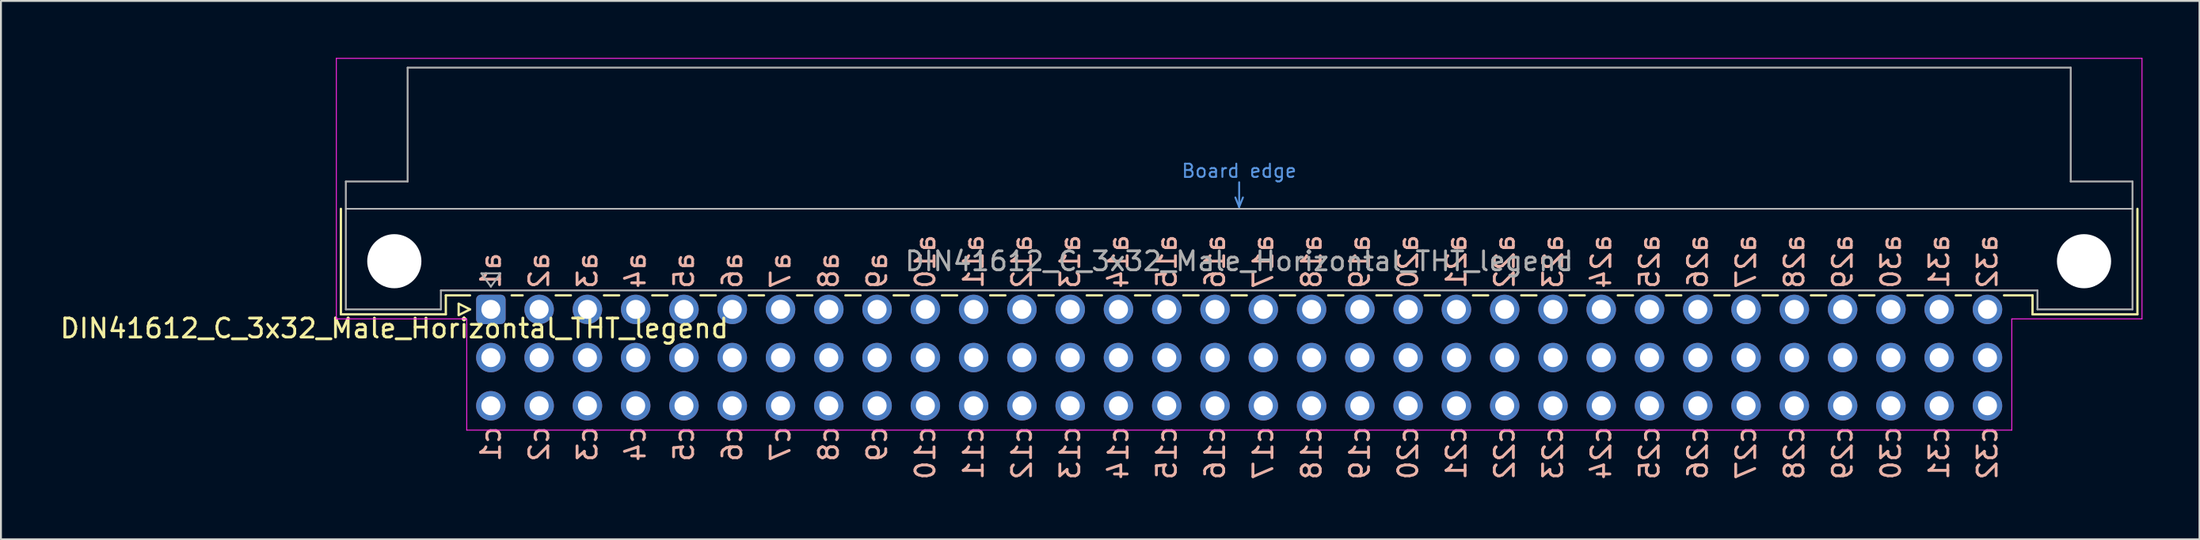
<source format=kicad_pcb>
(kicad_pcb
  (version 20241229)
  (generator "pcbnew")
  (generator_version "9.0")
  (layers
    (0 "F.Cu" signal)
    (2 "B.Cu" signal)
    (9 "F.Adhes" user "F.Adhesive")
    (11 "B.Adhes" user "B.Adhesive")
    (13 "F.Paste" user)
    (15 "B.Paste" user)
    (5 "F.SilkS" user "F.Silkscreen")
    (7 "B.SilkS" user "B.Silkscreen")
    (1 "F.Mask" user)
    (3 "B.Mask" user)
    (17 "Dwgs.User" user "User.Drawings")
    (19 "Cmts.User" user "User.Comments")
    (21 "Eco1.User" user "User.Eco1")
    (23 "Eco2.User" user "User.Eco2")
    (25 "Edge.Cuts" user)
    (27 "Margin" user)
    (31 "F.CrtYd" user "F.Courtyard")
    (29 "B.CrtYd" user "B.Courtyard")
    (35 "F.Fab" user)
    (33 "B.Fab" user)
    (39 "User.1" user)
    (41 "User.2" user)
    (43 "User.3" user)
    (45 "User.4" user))
  (footprint "DIN41612_C_3x32_Male_Horizontal_THT_legend"
    (layer "F.Cu")
    (at 22.776 13.255)
    (property "Reference" "DIN41612_C_3x32_Male_Horizontal_THT_legend" (at -5.08 1 0) (layer "F.SilkS") (effects (font (size 1 1) (thickness 0.15))))
    (property "a1" "a1" (at 0 -1.016 90) (layer "B.SilkS") (effects (font (size 1 1) (thickness 0.152)) (justify right mirror)))
    (property "a2" "a2" (at 2.54 -1.016 90) (layer "B.SilkS") (effects (font (size 1 1) (thickness 0.152)) (justify right mirror)))
    (property "a4" "a4" (at 7.62 -1.016 90) (layer "B.SilkS") (effects (font (size 1 1) (thickness 0.152)) (justify right mirror)))
    (property "a5" "a5" (at 10.16 -1.016 90) (layer "B.SilkS") (effects (font (size 1 1) (thickness 0.152)) (justify right mirror)))
    (property "a6" "a6" (at 12.7 -1.016 90) (layer "B.SilkS") (effects (font (size 1 1) (thickness 0.152)) (justify right mirror)))
    (property "a7" "a7" (at 15.24 -1.016 90) (layer "B.SilkS") (effects (font (size 1 1) (thickness 0.152)) (justify right mirror)))
    (property "a8" "a8" (at 17.78 -1.016 90) (layer "B.SilkS") (effects (font (size 1 1) (thickness 0.152)) (justify right mirror)))
    (property "a9" "a9" (at 20.32 -1.016 90) (layer "B.SilkS") (effects (font (size 1 1) (thickness 0.152)) (justify right mirror)))
    (property "a10" "a10" (at 22.86 -1.016 90) (layer "B.SilkS") (effects (font (size 1 1) (thickness 0.152)) (justify right mirror)))
    (property "a3" "a3" (at 5.08 -1.016 90) (layer "B.SilkS") (effects (font (size 1 1) (thickness 0.152)) (justify right mirror)))
    (property "a11" "a11" (at 25.4 -1.016 90) (layer "B.SilkS") (effects (font (size 1 1) (thickness 0.152)) (justify right mirror)))
    (property "a12" "a12" (at 27.94 -1.016 90) (layer "B.SilkS") (effects (font (size 1 1) (thickness 0.152)) (justify right mirror)))
    (property "a13" "a13" (at 30.48 -1.016 90) (layer "B.SilkS") (effects (font (size 1 1) (thickness 0.152)) (justify right mirror)))
    (property "a14" "a14" (at 33.02 -1.016 90) (layer "B.SilkS") (effects (font (size 1 1) (thickness 0.152)) (justify right mirror)))
    (property "a15" "a15" (at 35.56 -1.016 90) (layer "B.SilkS") (effects (font (size 1 1) (thickness 0.152)) (justify right mirror)))
    (property "a16" "a16" (at 38.1 -1.016 90) (layer "B.SilkS") (effects (font (size 1 1) (thickness 0.152)) (justify right mirror)))
    (property "a17" "a17" (at 40.64 -1.016 90) (layer "B.SilkS") (effects (font (size 1 1) (thickness 0.152)) (justify right mirror)))
    (property "a18" "a18" (at 43.18 -1.016 90) (layer "B.SilkS") (effects (font (size 1 1) (thickness 0.152)) (justify right mirror)))
    (property "a19" "a19" (at 45.72 -1.016 90) (layer "B.SilkS") (effects (font (size 1 1) (thickness 0.152)) (justify right mirror)))
    (property "a20" "a20" (at 48.26 -1.016 90) (layer "B.SilkS") (effects (font (size 1 1) (thickness 0.152)) (justify right mirror)))
    (property "a21" "a21" (at 50.8 -1.016 90) (layer "B.SilkS") (effects (font (size 1 1) (thickness 0.152)) (justify right mirror)))
    (property "a22" "a22" (at 53.34 -1.016 90) (layer "B.SilkS") (effects (font (size 1 1) (thickness 0.152)) (justify right mirror)))
    (property "a23" "a23" (at 55.88 -1.016 90) (layer "B.SilkS") (effects (font (size 1 1) (thickness 0.152)) (justify right mirror)))
    (property "a24" "a24" (at 58.42 -1.016 90) (layer "B.SilkS") (effects (font (size 1 1) (thickness 0.152)) (justify right mirror)))
    (property "a26" "a26" (at 63.5 -1.016 90) (layer "B.SilkS") (effects (font (size 1 1) (thickness 0.152)) (justify right mirror)))
    (property "a27" "a27" (at 66.04 -1.016 90) (layer "B.SilkS") (effects (font (size 1 1) (thickness 0.152)) (justify right mirror)))
    (property "a28" "a28" (at 68.58 -1.016 90) (layer "B.SilkS") (effects (font (size 1 1) (thickness 0.152)) (justify right mirror)))
    (property "a29" "a29" (at 71.12 -1.016 90) (layer "B.SilkS") (effects (font (size 1 1) (thickness 0.152)) (justify right mirror)))
    (property "a30" "a30" (at 73.66 -1.016 90) (layer "B.SilkS") (effects (font (size 1 1) (thickness 0.152)) (justify right mirror)))
    (property "a31" "a31" (at 76.2 -1.016 90) (layer "B.SilkS") (effects (font (size 1 1) (thickness 0.152)) (justify right mirror)))
    (property "a25" "a25" (at 60.96 -1.016 90) (layer "B.SilkS") (effects (font (size 1 1) (thickness 0.152)) (justify right mirror)))
    (property "c1" "c1" (at 0 6.096 90) (layer "B.SilkS") (effects (font (size 1 1) (thickness 0.152)) (justify left mirror)))
    (property "c2" "c2" (at 2.54 6.096 90) (layer "B.SilkS") (effects (font (size 1 1) (thickness 0.152)) (justify left mirror)))
    (property "c3" "c3" (at 5.08 6.096 90) (layer "B.SilkS") (effects (font (size 1 1) (thickness 0.152)) (justify left mirror)))
    (property "c4" "c4" (at 7.62 6.096 90) (layer "B.SilkS") (effects (font (size 1 1) (thickness 0.152)) (justify left mirror)))
    (property "c5" "c5" (at 10.16 6.096 90) (layer "B.SilkS") (effects (font (size 1 1) (thickness 0.152)) (justify left mirror)))
    (property "c6" "c6" (at 12.7 6.096 90) (layer "B.SilkS") (effects (font (size 1 1) (thickness 0.152)) (justify left mirror)))
    (property "c7" "c7" (at 15.24 6.096 90) (layer "B.SilkS") (effects (font (size 1 1) (thickness 0.152)) (justify left mirror)))
    (property "c8" "c8" (at 17.78 6.096 90) (layer "B.SilkS") (effects (font (size 1 1) (thickness 0.152)) (justify left mirror)))
    (property "c9" "c9" (at 20.32 6.096 90) (layer "B.SilkS") (effects (font (size 1 1) (thickness 0.152)) (justify left mirror)))
    (property "c10" "c10" (at 22.86 6.096 90) (layer "B.SilkS") (effects (font (size 1 1) (thickness 0.152)) (justify left mirror)))
    (property "c11" "c11" (at 25.4 6.096 90) (layer "B.SilkS") (effects (font (size 1 1) (thickness 0.152)) (justify left mirror)))
    (property "c12" "c12" (at 27.94 6.096 90) (layer "B.SilkS") (effects (font (size 1 1) (thickness 0.152)) (justify left mirror)))
    (property "c13" "c13" (at 30.48 6.096 90) (layer "B.SilkS") (effects (font (size 1 1) (thickness 0.152)) (justify left mirror)))
    (property "c14" "c14" (at 33.02 6.096 90) (layer "B.SilkS") (effects (font (size 1 1) (thickness 0.152)) (justify left mirror)))
    (property "c15" "c15" (at 35.56 6.096 90) (layer "B.SilkS") (effects (font (size 1 1) (thickness 0.152)) (justify left mirror)))
    (property "c16" "c16" (at 38.1 6.096 90) (layer "B.SilkS") (effects (font (size 1 1) (thickness 0.152)) (justify left mirror)))
    (property "c17" "c17" (at 40.64 6.096 90) (layer "B.SilkS") (effects (font (size 1 1) (thickness 0.152)) (justify left mirror)))
    (property "c18" "c18" (at 43.18 6.096 90) (layer "B.SilkS") (effects (font (size 1 1) (thickness 0.152)) (justify left mirror)))
    (property "c19" "c19" (at 45.72 6.096 90) (layer "B.SilkS") (effects (font (size 1 1) (thickness 0.152)) (justify left mirror)))
    (property "c20" "c20" (at 48.26 6.096 90) (layer "B.SilkS") (effects (font (size 1 1) (thickness 0.152)) (justify left mirror)))
    (property "c21" "c21" (at 50.8 6.096 90) (layer "B.SilkS") (effects (font (size 1 1) (thickness 0.152)) (justify left mirror)))
    (property "c22" "c22" (at 53.34 6.096 90) (layer "B.SilkS") (effects (font (size 1 1) (thickness 0.152)) (justify left mirror)))
    (property "c23" "c23" (at 55.88 6.096 90) (layer "B.SilkS") (effects (font (size 1 1) (thickness 0.152)) (justify left mirror)))
    (property "c24" "c24" (at 58.42 6.096 90) (layer "B.SilkS") (effects (font (size 1 1) (thickness 0.152)) (justify left mirror)))
    (property "c25" "c25" (at 60.96 6.096 90) (layer "B.SilkS") (effects (font (size 1 1) (thickness 0.152)) (justify left mirror)))
    (property "c26" "c26" (at 63.5 6.096 90) (layer "B.SilkS") (effects (font (size 1 1) (thickness 0.152)) (justify left mirror)))
    (property "c27" "c27" (at 66.04 6.096 90) (layer "B.SilkS") (effects (font (size 1 1) (thickness 0.152)) (justify left mirror)))
    (property "c28" "c28" (at 68.58 6.096 90) (layer "B.SilkS") (effects (font (size 1 1) (thickness 0.152)) (justify left mirror)))
    (property "c29" "c29" (at 71.12 6.096 90) (layer "B.SilkS") (effects (font (size 1 1) (thickness 0.152)) (justify left mirror)))
    (property "c30" "c30" (at 73.66 6.096 90) (layer "B.SilkS") (effects (font (size 1 1) (thickness 0.152)) (justify left mirror)))
    (property "c31" "c31" (at 76.2 6.096 90) (layer "B.SilkS") (effects (font (size 1 1) (thickness 0.152)) (justify left mirror)))
    (property "c32" "c32" (at 78.74 6.096 90) (layer "B.SilkS") (effects (font (size 1 1) (thickness 0.152)) (justify left mirror)))
    (property "a32" "a32" (at 78.74 -1.016 90) (layer "B.SilkS") (effects (font (size 1 1) (thickness 0.152)) (justify right mirror)))
    (attr through_hole)
    (fp_line (start -7.89 -5.3) (end -7.89 0.26) (stroke (width 0.12) (type solid)) (layer "F.SilkS"))
    (fp_line (start -7.89 0.26) (end -2.37 0.26) (stroke (width 0.12) (type solid)) (layer "F.SilkS"))
    (fp_line (start -2.371 -0.74) (end -1.095 -0.74) (stroke (width 0.12) (type solid)) (layer "F.SilkS"))
    (fp_line (start -2.37 0.26) (end -2.37 -0.74) (stroke (width 0.12) (type solid)) (layer "F.SilkS"))
    (fp_line (start -1.695 -0.3) (end -1.695 0.3) (stroke (width 0.12) (type solid)) (layer "F.SilkS"))
    (fp_line (start -1.695 0.3) (end -1.095 0) (stroke (width 0.12) (type solid)) (layer "F.SilkS"))
    (fp_line (start -1.095 0) (end -1.695 -0.3) (stroke (width 0.12) (type solid)) (layer "F.SilkS"))
    (fp_line (start 1.095 -0.74) (end 1.671 -0.74) (stroke (width 0.12) (type solid)) (layer "F.SilkS"))
    (fp_line (start 3.41 -0.74) (end 4.211 -0.74) (stroke (width 0.12) (type solid)) (layer "F.SilkS"))
    (fp_line (start 5.95 -0.74) (end 6.751 -0.74) (stroke (width 0.12) (type solid)) (layer "F.SilkS"))
    (fp_line (start 8.49 -0.74) (end 9.291 -0.74) (stroke (width 0.12) (type solid)) (layer "F.SilkS"))
    (fp_line (start 11.03 -0.74) (end 11.831 -0.74) (stroke (width 0.12) (type solid)) (layer "F.SilkS"))
    (fp_line (start 13.57 -0.74) (end 14.371 -0.74) (stroke (width 0.12) (type solid)) (layer "F.SilkS"))
    (fp_line (start 16.11 -0.74) (end 16.911 -0.74) (stroke (width 0.12) (type solid)) (layer "F.SilkS"))
    (fp_line (start 18.65 -0.74) (end 19.451 -0.74) (stroke (width 0.12) (type solid)) (layer "F.SilkS"))
    (fp_line (start 21.19 -0.74) (end 21.991 -0.74) (stroke (width 0.12) (type solid)) (layer "F.SilkS"))
    (fp_line (start 23.73 -0.74) (end 24.531 -0.74) (stroke (width 0.12) (type solid)) (layer "F.SilkS"))
    (fp_line (start 26.27 -0.74) (end 27.071 -0.74) (stroke (width 0.12) (type solid)) (layer "F.SilkS"))
    (fp_line (start 28.81 -0.74) (end 29.611 -0.74) (stroke (width 0.12) (type solid)) (layer "F.SilkS"))
    (fp_line (start 31.35 -0.74) (end 32.151 -0.74) (stroke (width 0.12) (type solid)) (layer "F.SilkS"))
    (fp_line (start 33.89 -0.74) (end 34.691 -0.74) (stroke (width 0.12) (type solid)) (layer "F.SilkS"))
    (fp_line (start 36.43 -0.74) (end 37.231 -0.74) (stroke (width 0.12) (type solid)) (layer "F.SilkS"))
    (fp_line (start 38.97 -0.74) (end 39.771 -0.74) (stroke (width 0.12) (type solid)) (layer "F.SilkS"))
    (fp_line (start 41.51 -0.74) (end 42.311 -0.74) (stroke (width 0.12) (type solid)) (layer "F.SilkS"))
    (fp_line (start 44.05 -0.74) (end 44.851 -0.74) (stroke (width 0.12) (type solid)) (layer "F.SilkS"))
    (fp_line (start 46.59 -0.74) (end 47.391 -0.74) (stroke (width 0.12) (type solid)) (layer "F.SilkS"))
    (fp_line (start 49.13 -0.74) (end 49.931 -0.74) (stroke (width 0.12) (type solid)) (layer "F.SilkS"))
    (fp_line (start 51.67 -0.74) (end 52.471 -0.74) (stroke (width 0.12) (type solid)) (layer "F.SilkS"))
    (fp_line (start 54.21 -0.74) (end 55.011 -0.74) (stroke (width 0.12) (type solid)) (layer "F.SilkS"))
    (fp_line (start 56.75 -0.74) (end 57.551 -0.74) (stroke (width 0.12) (type solid)) (layer "F.SilkS"))
    (fp_line (start 59.29 -0.74) (end 60.091 -0.74) (stroke (width 0.12) (type solid)) (layer "F.SilkS"))
    (fp_line (start 61.83 -0.74) (end 62.631 -0.74) (stroke (width 0.12) (type solid)) (layer "F.SilkS"))
    (fp_line (start 64.37 -0.74) (end 65.171 -0.74) (stroke (width 0.12) (type solid)) (layer "F.SilkS"))
    (fp_line (start 66.91 -0.74) (end 67.711 -0.74) (stroke (width 0.12) (type solid)) (layer "F.SilkS"))
    (fp_line (start 69.45 -0.74) (end 70.251 -0.74) (stroke (width 0.12) (type solid)) (layer "F.SilkS"))
    (fp_line (start 71.99 -0.74) (end 72.791 -0.74) (stroke (width 0.12) (type solid)) (layer "F.SilkS"))
    (fp_line (start 74.53 -0.74) (end 75.331 -0.74) (stroke (width 0.12) (type solid)) (layer "F.SilkS"))
    (fp_line (start 77.07 -0.74) (end 77.871 -0.74) (stroke (width 0.12) (type solid)) (layer "F.SilkS"))
    (fp_line (start 79.61 -0.74) (end 81.11 -0.74) (stroke (width 0.12) (type solid)) (layer "F.SilkS"))
    (fp_line (start 81.11 0.26) (end 81.11 -0.74) (stroke (width 0.12) (type solid)) (layer "F.SilkS"))
    (fp_line (start 86.63 -5.3) (end 86.63 0.26) (stroke (width 0.12) (type solid)) (layer "F.SilkS"))
    (fp_line (start 86.63 0.26) (end 81.11 0.26) (stroke (width 0.12) (type solid)) (layer "F.SilkS"))
    (fp_line (start -7.63 -5.3) (end 86.37 -5.3) (stroke (width 0.08) (type solid)) (layer "Dwgs.User"))
    (fp_line (start 39.17 -5.9) (end 39.37 -5.4) (stroke (width 0.1) (type solid)) (layer "Cmts.User"))
    (fp_line (start 39.37 -5.4) (end 39.37 -6.7) (stroke (width 0.1) (type solid)) (layer "Cmts.User"))
    (fp_line (start 39.37 -5.4) (end 39.57 -5.9) (stroke (width 0.1) (type solid)) (layer "Cmts.User"))
    (fp_line (start -8.13 -13.23) (end -8.13 0.5) (stroke (width 0.05) (type solid)) (layer "F.CrtYd"))
    (fp_line (start -8.13 0.5) (end -1.27 0.5) (stroke (width 0.05) (type solid)) (layer "F.CrtYd"))
    (fp_line (start -1.27 0.5) (end -1.27 6.36) (stroke (width 0.05) (type solid)) (layer "F.CrtYd"))
    (fp_line (start -1.27 6.36) (end 80.02 6.36) (stroke (width 0.05) (type solid)) (layer "F.CrtYd"))
    (fp_line (start 80.02 0.5) (end 86.87 0.5) (stroke (width 0.05) (type solid)) (layer "F.CrtYd"))
    (fp_line (start 80.02 6.36) (end 80.02 0.5) (stroke (width 0.05) (type solid)) (layer "F.CrtYd"))
    (fp_line (start 86.87 -13.23) (end -8.13 -13.23) (stroke (width 0.05) (type solid)) (layer "F.CrtYd"))
    (fp_line (start 86.87 0.5) (end 86.87 -13.23) (stroke (width 0.05) (type solid)) (layer "F.CrtYd"))
    (fp_line (start -7.63 -6.74) (end -7.63 0) (stroke (width 0.1) (type solid)) (layer "F.Fab"))
    (fp_line (start -7.63 0) (end -2.63 0) (stroke (width 0.1) (type solid)) (layer "F.Fab"))
    (fp_line (start -4.38 -12.74) (end -4.38 -6.74) (stroke (width 0.1) (type solid)) (layer "F.Fab"))
    (fp_line (start -4.38 -6.74) (end -7.63 -6.74) (stroke (width 0.1) (type solid)) (layer "F.Fab"))
    (fp_line (start -2.63 -1) (end 81.37 -1) (stroke (width 0.1) (type solid)) (layer "F.Fab"))
    (fp_line (start -2.63 0) (end -2.63 -1) (stroke (width 0.1) (type solid)) (layer "F.Fab"))
    (fp_line (start -0.5 -1.9) (end 0.5 -1.9) (stroke (width 0.1) (type solid)) (layer "F.Fab"))
    (fp_line (start 0 -1.2) (end -0.5 -1.9) (stroke (width 0.1) (type solid)) (layer "F.Fab"))
    (fp_line (start 0.5 -1.9) (end 0 -1.2) (stroke (width 0.1) (type solid)) (layer "F.Fab"))
    (fp_line (start 81.37 -1) (end 81.37 0) (stroke (width 0.1) (type solid)) (layer "F.Fab"))
    (fp_line (start 81.37 0) (end 86.37 0) (stroke (width 0.1) (type solid)) (layer "F.Fab"))
    (fp_line (start 83.12 -12.74) (end -4.38 -12.74) (stroke (width 0.1) (type solid)) (layer "F.Fab"))
    (fp_line (start 83.12 -6.74) (end 83.12 -12.74) (stroke (width 0.1) (type solid)) (layer "F.Fab"))
    (fp_line (start 86.37 -6.74) (end 83.12 -6.74) (stroke (width 0.1) (type solid)) (layer "F.Fab"))
    (fp_line (start 86.37 0) (end 86.37 -6.74) (stroke (width 0.1) (type solid)) (layer "F.Fab"))
    (fp_text user "Board edge" (at 39.37 -7.3 0) (layer "Cmts.User") (effects (font (size 0.7 0.7) (thickness 0.1))))
    (fp_text user "${REFERENCE}" (at 39.37 -2.54 0) (layer "F.Fab") (effects (font (size 1 1) (thickness 0.15))))
    (pad "" np_thru_hole circle (at -5.08 -2.54) (size 2.85 2.85) (drill 2.85) (layers "*.Cu" "*.Mask"))
    (pad "" np_thru_hole circle (at 83.82 -2.54) (size 2.85 2.85) (drill 2.85) (layers "*.Cu" "*.Mask"))
    (pad "a1" thru_hole roundrect (at 0 0) (size 1.55 1.55) (drill 1) (layers "*.Cu" "*.Mask") (roundrect_rratio 0.161))
    (pad "a2" thru_hole circle (at 2.54 0) (size 1.55 1.55) (drill 1) (layers "*.Cu" "*.Mask"))
    (pad "a3" thru_hole circle (at 5.08 0) (size 1.55 1.55) (drill 1) (layers "*.Cu" "*.Mask"))
    (pad "a4" thru_hole circle (at 7.62 0) (size 1.55 1.55) (drill 1) (layers "*.Cu" "*.Mask"))
    (pad "a5" thru_hole circle (at 10.16 0) (size 1.55 1.55) (drill 1) (layers "*.Cu" "*.Mask"))
    (pad "a6" thru_hole circle (at 12.7 0) (size 1.55 1.55) (drill 1) (layers "*.Cu" "*.Mask"))
    (pad "a7" thru_hole circle (at 15.24 0) (size 1.55 1.55) (drill 1) (layers "*.Cu" "*.Mask"))
    (pad "a8" thru_hole circle (at 17.78 0) (size 1.55 1.55) (drill 1) (layers "*.Cu" "*.Mask"))
    (pad "a9" thru_hole circle (at 20.32 0) (size 1.55 1.55) (drill 1) (layers "*.Cu" "*.Mask"))
    (pad "a10" thru_hole circle (at 22.86 0) (size 1.55 1.55) (drill 1) (layers "*.Cu" "*.Mask"))
    (pad "a11" thru_hole circle (at 25.4 0) (size 1.55 1.55) (drill 1) (layers "*.Cu" "*.Mask"))
    (pad "a12" thru_hole circle (at 27.94 0) (size 1.55 1.55) (drill 1) (layers "*.Cu" "*.Mask"))
    (pad "a13" thru_hole circle (at 30.48 0) (size 1.55 1.55) (drill 1) (layers "*.Cu" "*.Mask"))
    (pad "a14" thru_hole circle (at 33.02 0) (size 1.55 1.55) (drill 1) (layers "*.Cu" "*.Mask"))
    (pad "a15" thru_hole circle (at 35.56 0) (size 1.55 1.55) (drill 1) (layers "*.Cu" "*.Mask"))
    (pad "a16" thru_hole circle (at 38.1 0) (size 1.55 1.55) (drill 1) (layers "*.Cu" "*.Mask"))
    (pad "a17" thru_hole circle (at 40.64 0) (size 1.55 1.55) (drill 1) (layers "*.Cu" "*.Mask"))
    (pad "a18" thru_hole circle (at 43.18 0) (size 1.55 1.55) (drill 1) (layers "*.Cu" "*.Mask"))
    (pad "a19" thru_hole circle (at 45.72 0) (size 1.55 1.55) (drill 1) (layers "*.Cu" "*.Mask"))
    (pad "a20" thru_hole circle (at 48.26 0) (size 1.55 1.55) (drill 1) (layers "*.Cu" "*.Mask"))
    (pad "a21" thru_hole circle (at 50.8 0) (size 1.55 1.55) (drill 1) (layers "*.Cu" "*.Mask"))
    (pad "a22" thru_hole circle (at 53.34 0) (size 1.55 1.55) (drill 1) (layers "*.Cu" "*.Mask"))
    (pad "a23" thru_hole circle (at 55.88 0) (size 1.55 1.55) (drill 1) (layers "*.Cu" "*.Mask"))
    (pad "a24" thru_hole circle (at 58.42 0) (size 1.55 1.55) (drill 1) (layers "*.Cu" "*.Mask"))
    (pad "a25" thru_hole circle (at 60.96 0) (size 1.55 1.55) (drill 1) (layers "*.Cu" "*.Mask"))
    (pad "a26" thru_hole circle (at 63.5 0) (size 1.55 1.55) (drill 1) (layers "*.Cu" "*.Mask"))
    (pad "a27" thru_hole circle (at 66.04 0) (size 1.55 1.55) (drill 1) (layers "*.Cu" "*.Mask"))
    (pad "a28" thru_hole circle (at 68.58 0) (size 1.55 1.55) (drill 1) (layers "*.Cu" "*.Mask"))
    (pad "a29" thru_hole circle (at 71.12 0) (size 1.55 1.55) (drill 1) (layers "*.Cu" "*.Mask"))
    (pad "a30" thru_hole circle (at 73.66 0) (size 1.55 1.55) (drill 1) (layers "*.Cu" "*.Mask"))
    (pad "a31" thru_hole circle (at 76.2 0) (size 1.55 1.55) (drill 1) (layers "*.Cu" "*.Mask"))
    (pad "a32" thru_hole circle (at 78.74 0) (size 1.55 1.55) (drill 1) (layers "*.Cu" "*.Mask"))
    (pad "b1" thru_hole circle (at 0 2.54) (size 1.55 1.55) (drill 1) (layers "*.Cu" "*.Mask"))
    (pad "b2" thru_hole circle (at 2.54 2.54) (size 1.55 1.55) (drill 1) (layers "*.Cu" "*.Mask"))
    (pad "b3" thru_hole circle (at 5.08 2.54) (size 1.55 1.55) (drill 1) (layers "*.Cu" "*.Mask"))
    (pad "b4" thru_hole circle (at 7.62 2.54) (size 1.55 1.55) (drill 1) (layers "*.Cu" "*.Mask"))
    (pad "b5" thru_hole circle (at 10.16 2.54) (size 1.55 1.55) (drill 1) (layers "*.Cu" "*.Mask"))
    (pad "b6" thru_hole circle (at 12.7 2.54) (size 1.55 1.55) (drill 1) (layers "*.Cu" "*.Mask"))
    (pad "b7" thru_hole circle (at 15.24 2.54) (size 1.55 1.55) (drill 1) (layers "*.Cu" "*.Mask"))
    (pad "b8" thru_hole circle (at 17.78 2.54) (size 1.55 1.55) (drill 1) (layers "*.Cu" "*.Mask"))
    (pad "b9" thru_hole circle (at 20.32 2.54) (size 1.55 1.55) (drill 1) (layers "*.Cu" "*.Mask"))
    (pad "b10" thru_hole circle (at 22.86 2.54) (size 1.55 1.55) (drill 1) (layers "*.Cu" "*.Mask"))
    (pad "b11" thru_hole circle (at 25.4 2.54) (size 1.55 1.55) (drill 1) (layers "*.Cu" "*.Mask"))
    (pad "b12" thru_hole circle (at 27.94 2.54) (size 1.55 1.55) (drill 1) (layers "*.Cu" "*.Mask"))
    (pad "b13" thru_hole circle (at 30.48 2.54) (size 1.55 1.55) (drill 1) (layers "*.Cu" "*.Mask"))
    (pad "b14" thru_hole circle (at 33.02 2.54) (size 1.55 1.55) (drill 1) (layers "*.Cu" "*.Mask"))
    (pad "b15" thru_hole circle (at 35.56 2.54) (size 1.55 1.55) (drill 1) (layers "*.Cu" "*.Mask"))
    (pad "b16" thru_hole circle (at 38.1 2.54) (size 1.55 1.55) (drill 1) (layers "*.Cu" "*.Mask"))
    (pad "b17" thru_hole circle (at 40.64 2.54) (size 1.55 1.55) (drill 1) (layers "*.Cu" "*.Mask"))
    (pad "b18" thru_hole circle (at 43.18 2.54) (size 1.55 1.55) (drill 1) (layers "*.Cu" "*.Mask"))
    (pad "b19" thru_hole circle (at 45.72 2.54) (size 1.55 1.55) (drill 1) (layers "*.Cu" "*.Mask"))
    (pad "b20" thru_hole circle (at 48.26 2.54) (size 1.55 1.55) (drill 1) (layers "*.Cu" "*.Mask"))
    (pad "b21" thru_hole circle (at 50.8 2.54) (size 1.55 1.55) (drill 1) (layers "*.Cu" "*.Mask"))
    (pad "b22" thru_hole circle (at 53.34 2.54) (size 1.55 1.55) (drill 1) (layers "*.Cu" "*.Mask"))
    (pad "b23" thru_hole circle (at 55.88 2.54) (size 1.55 1.55) (drill 1) (layers "*.Cu" "*.Mask"))
    (pad "b24" thru_hole circle (at 58.42 2.54) (size 1.55 1.55) (drill 1) (layers "*.Cu" "*.Mask"))
    (pad "b25" thru_hole circle (at 60.96 2.54) (size 1.55 1.55) (drill 1) (layers "*.Cu" "*.Mask"))
    (pad "b26" thru_hole circle (at 63.5 2.54) (size 1.55 1.55) (drill 1) (layers "*.Cu" "*.Mask"))
    (pad "b27" thru_hole circle (at 66.04 2.54) (size 1.55 1.55) (drill 1) (layers "*.Cu" "*.Mask"))
    (pad "b28" thru_hole circle (at 68.58 2.54) (size 1.55 1.55) (drill 1) (layers "*.Cu" "*.Mask"))
    (pad "b29" thru_hole circle (at 71.12 2.54) (size 1.55 1.55) (drill 1) (layers "*.Cu" "*.Mask"))
    (pad "b30" thru_hole circle (at 73.66 2.54) (size 1.55 1.55) (drill 1) (layers "*.Cu" "*.Mask"))
    (pad "b31" thru_hole circle (at 76.2 2.54) (size 1.55 1.55) (drill 1) (layers "*.Cu" "*.Mask"))
    (pad "b32" thru_hole circle (at 78.74 2.54) (size 1.55 1.55) (drill 1) (layers "*.Cu" "*.Mask"))
    (pad "c1" thru_hole circle (at 0 5.08) (size 1.55 1.55) (drill 1) (layers "*.Cu" "*.Mask"))
    (pad "c2" thru_hole circle (at 2.54 5.08) (size 1.55 1.55) (drill 1) (layers "*.Cu" "*.Mask"))
    (pad "c3" thru_hole circle (at 5.08 5.08) (size 1.55 1.55) (drill 1) (layers "*.Cu" "*.Mask"))
    (pad "c4" thru_hole circle (at 7.62 5.08) (size 1.55 1.55) (drill 1) (layers "*.Cu" "*.Mask"))
    (pad "c5" thru_hole circle (at 10.16 5.08) (size 1.55 1.55) (drill 1) (layers "*.Cu" "*.Mask"))
    (pad "c6" thru_hole circle (at 12.7 5.08) (size 1.55 1.55) (drill 1) (layers "*.Cu" "*.Mask"))
    (pad "c7" thru_hole circle (at 15.24 5.08) (size 1.55 1.55) (drill 1) (layers "*.Cu" "*.Mask"))
    (pad "c8" thru_hole circle (at 17.78 5.08) (size 1.55 1.55) (drill 1) (layers "*.Cu" "*.Mask"))
    (pad "c9" thru_hole circle (at 20.32 5.08) (size 1.55 1.55) (drill 1) (layers "*.Cu" "*.Mask"))
    (pad "c10" thru_hole circle (at 22.86 5.08) (size 1.55 1.55) (drill 1) (layers "*.Cu" "*.Mask"))
    (pad "c11" thru_hole circle (at 25.4 5.08) (size 1.55 1.55) (drill 1) (layers "*.Cu" "*.Mask"))
    (pad "c12" thru_hole circle (at 27.94 5.08) (size 1.55 1.55) (drill 1) (layers "*.Cu" "*.Mask"))
    (pad "c13" thru_hole circle (at 30.48 5.08) (size 1.55 1.55) (drill 1) (layers "*.Cu" "*.Mask"))
    (pad "c14" thru_hole circle (at 33.02 5.08) (size 1.55 1.55) (drill 1) (layers "*.Cu" "*.Mask"))
    (pad "c15" thru_hole circle (at 35.56 5.08) (size 1.55 1.55) (drill 1) (layers "*.Cu" "*.Mask"))
    (pad "c16" thru_hole circle (at 38.1 5.08) (size 1.55 1.55) (drill 1) (layers "*.Cu" "*.Mask"))
    (pad "c17" thru_hole circle (at 40.64 5.08) (size 1.55 1.55) (drill 1) (layers "*.Cu" "*.Mask"))
    (pad "c18" thru_hole circle (at 43.18 5.08) (size 1.55 1.55) (drill 1) (layers "*.Cu" "*.Mask"))
    (pad "c19" thru_hole circle (at 45.72 5.08) (size 1.55 1.55) (drill 1) (layers "*.Cu" "*.Mask"))
    (pad "c20" thru_hole circle (at 48.26 5.08) (size 1.55 1.55) (drill 1) (layers "*.Cu" "*.Mask"))
    (pad "c21" thru_hole circle (at 50.8 5.08) (size 1.55 1.55) (drill 1) (layers "*.Cu" "*.Mask"))
    (pad "c22" thru_hole circle (at 53.34 5.08) (size 1.55 1.55) (drill 1) (layers "*.Cu" "*.Mask"))
    (pad "c23" thru_hole circle (at 55.88 5.08) (size 1.55 1.55) (drill 1) (layers "*.Cu" "*.Mask"))
    (pad "c24" thru_hole circle (at 58.42 5.08) (size 1.55 1.55) (drill 1) (layers "*.Cu" "*.Mask"))
    (pad "c25" thru_hole circle (at 60.96 5.08) (size 1.55 1.55) (drill 1) (layers "*.Cu" "*.Mask"))
    (pad "c26" thru_hole circle (at 63.5 5.08) (size 1.55 1.55) (drill 1) (layers "*.Cu" "*.Mask"))
    (pad "c27" thru_hole circle (at 66.04 5.08) (size 1.55 1.55) (drill 1) (layers "*.Cu" "*.Mask"))
    (pad "c28" thru_hole circle (at 68.58 5.08) (size 1.55 1.55) (drill 1) (layers "*.Cu" "*.Mask"))
    (pad "c29" thru_hole circle (at 71.12 5.08) (size 1.55 1.55) (drill 1) (layers "*.Cu" "*.Mask"))
    (pad "c30" thru_hole circle (at 73.66 5.08) (size 1.55 1.55) (drill 1) (layers "*.Cu" "*.Mask"))
    (pad "c31" thru_hole circle (at 76.2 5.08) (size 1.55 1.55) (drill 1) (layers "*.Cu" "*.Mask"))
    (pad "c32" thru_hole circle (at 78.74 5.08) (size 1.55 1.55) (drill 1) (layers "*.Cu" "*.Mask")))
  (gr_rect
    (start -3 -3)
    (end 112.671 25.37)
    (stroke (width 0.1) (type default))
    (fill no)
    (layer "Edge.Cuts")))
</source>
